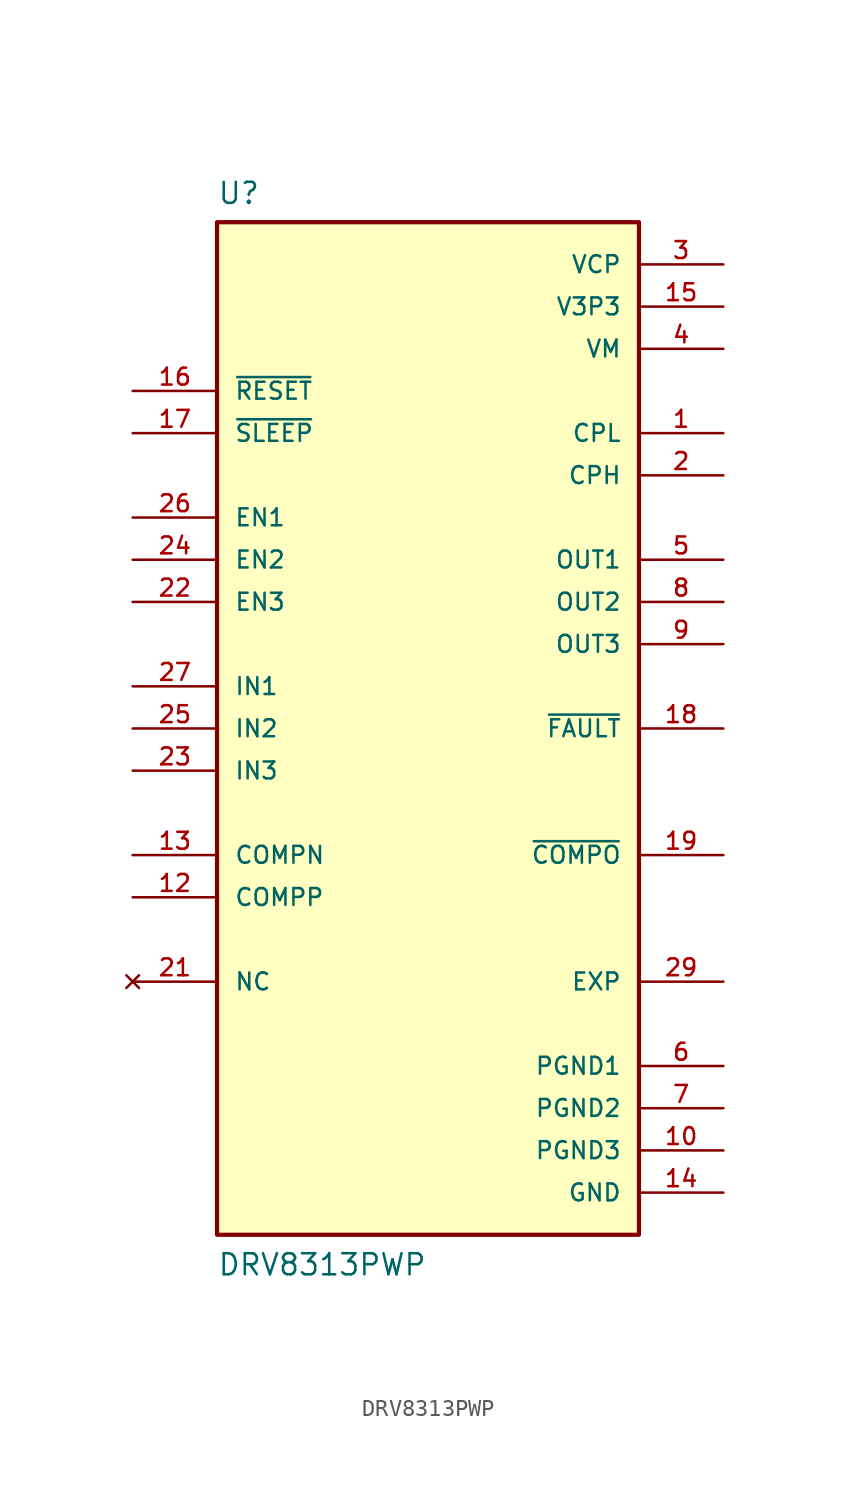
<source format=kicad_sym>
(kicad_symbol_lib
  (version 20211014)
  (generator kicad_symbol_editor)
  (symbol "DRV8313PWP"
    (pin_names
      (offset 1.016))
    (property "Reference" "U"
      (at -12.7 31.48 0.0)
      (effects (font (size 1.27 1.27)) (justify bottom left)))
    (property "Value" "DRV8313PWP"
      (at -12.7 -33.02 0.0)
      (effects (font (size 1.27 1.27)) (justify bottom left)))
    (symbol "DRV8313PWP_0_0"
      (rectangle (start -12.7 -30.48) (end 12.7 30.48) (stroke (width 0.254)) (fill (type background)))
      (pin input line (at -17.78 -7.62 0) (length 5.08) (name "COMPN" (effects (font (size 1.016 1.016)))) (number "13" (effects (font (size 1.016 1.016)))))
      (pin input line (at -17.78 -10.16 0) (length 5.08) (name "COMPP" (effects (font (size 1.016 1.016)))) (number "12" (effects (font (size 1.016 1.016)))))
      (pin input line (at -17.78 12.7 0) (length 5.08) (name "EN1" (effects (font (size 1.016 1.016)))) (number "26" (effects (font (size 1.016 1.016)))))
      (pin input line (at -17.78 10.16 0) (length 5.08) (name "EN2" (effects (font (size 1.016 1.016)))) (number "24" (effects (font (size 1.016 1.016)))))
      (pin input line (at -17.78 7.62 0) (length 5.08) (name "EN3" (effects (font (size 1.016 1.016)))) (number "22" (effects (font (size 1.016 1.016)))))
      (pin input line (at -17.78 2.54 0) (length 5.08) (name "IN1" (effects (font (size 1.016 1.016)))) (number "27" (effects (font (size 1.016 1.016)))))
      (pin input line (at -17.78 0.0 0) (length 5.08) (name "IN2" (effects (font (size 1.016 1.016)))) (number "25" (effects (font (size 1.016 1.016)))))
      (pin input line (at -17.78 -2.54 0) (length 5.08) (name "IN3" (effects (font (size 1.016 1.016)))) (number "23" (effects (font (size 1.016 1.016)))))
      (pin input line (at -17.78 20.32 0) (length 5.08) (name "~{RESET}" (effects (font (size 1.016 1.016)))) (number "16" (effects (font (size 1.016 1.016)))))
      (pin input line (at -17.78 17.78 0) (length 5.08) (name "~{SLEEP}" (effects (font (size 1.016 1.016)))) (number "17" (effects (font (size 1.016 1.016)))))
      (pin output line (at 17.78 0.0 180.0) (length 5.08) (name "~{FAULT}" (effects (font (size 1.016 1.016)))) (number "18" (effects (font (size 1.016 1.016)))))
      (pin power_in line (at 17.78 17.78 180.0) (length 5.08) (name "CPL" (effects (font (size 1.016 1.016)))) (number "1" (effects (font (size 1.016 1.016)))))
      (pin power_in line (at 17.78 15.24 180.0) (length 5.08) (name "CPH" (effects (font (size 1.016 1.016)))) (number "2" (effects (font (size 1.016 1.016)))))
      (pin power_in line (at 17.78 27.94 180.0) (length 5.08) (name "VCP" (effects (font (size 1.016 1.016)))) (number "3" (effects (font (size 1.016 1.016)))))
      (pin power_in line (at 17.78 22.86 180.0) (length 5.08) (name "VM" (effects (font (size 1.016 1.016)))) (number "4" (effects (font (size 1.016 1.016)))))
      (pin power_in line (at 17.78 22.86 180.0) (length 5.08) hide (name "VM" (effects (font (size 1.016 1.016)))) (number "11" (effects (font (size 1.016 1.016)))))
      (pin power_in line (at 17.78 25.4 180.0) (length 5.08) (name "V3P3" (effects (font (size 1.016 1.016)))) (number "15" (effects (font (size 1.016 1.016)))))
      (pin power_in line (at 17.78 -15.24 180.0) (length 5.08) (name "EXP" (effects (font (size 1.016 1.016)))) (number "29" (effects (font (size 1.016 1.016)))))
      (pin output line (at 17.78 10.16 180.0) (length 5.08) (name "OUT1" (effects (font (size 1.016 1.016)))) (number "5" (effects (font (size 1.016 1.016)))))
      (pin output line (at 17.78 7.62 180.0) (length 5.08) (name "OUT2" (effects (font (size 1.016 1.016)))) (number "8" (effects (font (size 1.016 1.016)))))
      (pin output line (at 17.78 5.08 180.0) (length 5.08) (name "OUT3" (effects (font (size 1.016 1.016)))) (number "9" (effects (font (size 1.016 1.016)))))
      (pin power_in line (at 17.78 -20.32 180.0) (length 5.08) (name "PGND1" (effects (font (size 1.016 1.016)))) (number "6" (effects (font (size 1.016 1.016)))))
      (pin power_in line (at 17.78 -22.86 180.0) (length 5.08) (name "PGND2" (effects (font (size 1.016 1.016)))) (number "7" (effects (font (size 1.016 1.016)))))
      (pin power_in line (at 17.78 -25.4 180.0) (length 5.08) (name "PGND3" (effects (font (size 1.016 1.016)))) (number "10" (effects (font (size 1.016 1.016)))))
      (pin power_in line (at 17.78 -27.94 180.0) (length 5.08) (name "GND" (effects (font (size 1.016 1.016)))) (number "14" (effects (font (size 1.016 1.016)))))
      (pin power_in line (at 17.78 -27.94 180.0) (length 5.08) hide (name "GND" (effects (font (size 1.016 1.016)))) (number "20" (effects (font (size 1.016 1.016)))))
      (pin power_in line (at 17.78 -27.94 180.0) (length 5.08) hide (name "GND" (effects (font (size 1.016 1.016)))) (number "28" (effects (font (size 1.016 1.016)))))
      (pin no_connect line (at -17.78 -15.24 0) (length 5.08) (name "NC" (effects (font (size 1.016 1.016)))) (number "21" (effects (font (size 1.016 1.016)))))
      (pin output line (at 17.78 -7.62 180.0) (length 5.08) (name "~{COMPO}" (effects (font (size 1.016 1.016)))) (number "19" (effects (font (size 1.016 1.016))))))))
</source>
